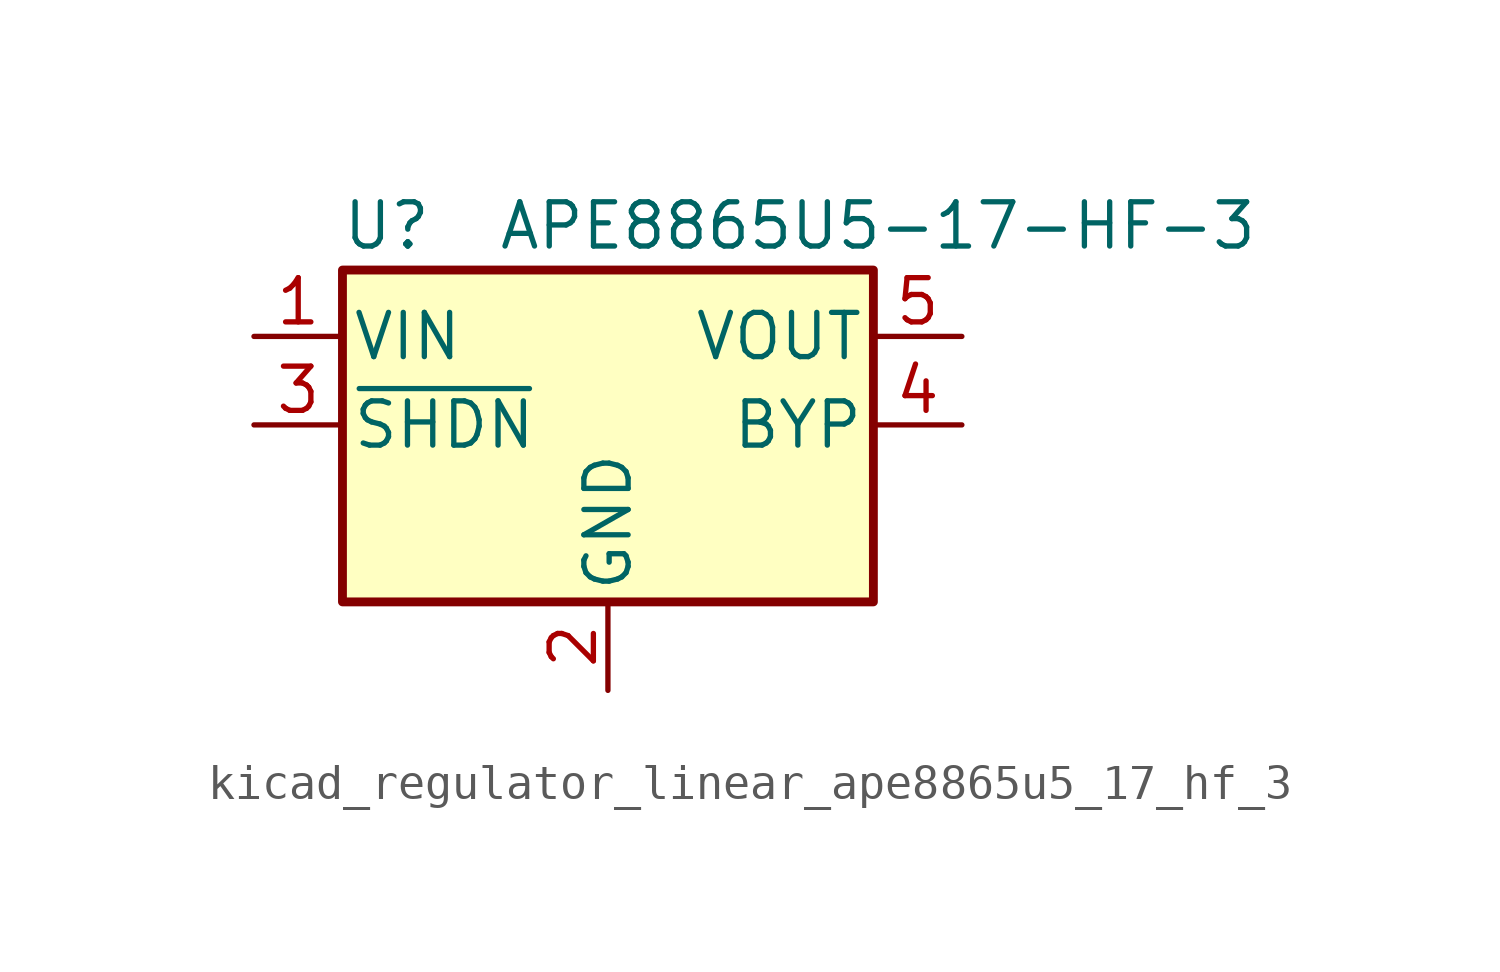
<source format=kicad_sym>
(kicad_symbol_lib
  (version 20220914)
  (generator kicad_symbol_editor)
  (symbol "kicad_regulator_linear_ape8865u5_17_hf_3"
    (pin_names
      (offset 0.254))
    (property "Reference" "U"
      (at -6.35 5.715 0)
      (effects (font (size 1.27 1.27))))
    (property "Value" "APE8865U5-17-HF-3"
      (at -3.175 5.715 0)
      (effects (font (size 1.27 1.27)) (justify left)))
    (symbol "kicad_regulator_linear_ape8865u5_17_hf_3_0_1"
      (rectangle (start -7.62 4.445) (end 7.62 -5.08) (stroke (width 0.254) (type default)) (fill (type background))))
    (symbol "kicad_regulator_linear_ape8865u5_17_hf_3_1_1"
      (pin power_in line (at -10.16 2.54 0) (length 2.54) (name "VIN" (effects (font (size 1.27 1.27)))) (number "1" (effects (font (size 1.27 1.27)))))
      (pin power_in line (at 0 -7.62 90) (length 2.54) (name "GND" (effects (font (size 1.27 1.27)))) (number "2" (effects (font (size 1.27 1.27)))))
      (pin input line (at -10.16 0 0) (length 2.54) (name "~{SHDN}" (effects (font (size 1.27 1.27)))) (number "3" (effects (font (size 1.27 1.27)))))
      (pin input line (at 10.16 0 180) (length 2.54) (name "BYP" (effects (font (size 1.27 1.27)))) (number "4" (effects (font (size 1.27 1.27)))))
      (pin power_out line (at 10.16 2.54 180) (length 2.54) (name "VOUT" (effects (font (size 1.27 1.27)))) (number "5" (effects (font (size 1.27 1.27))))))))
</source>
